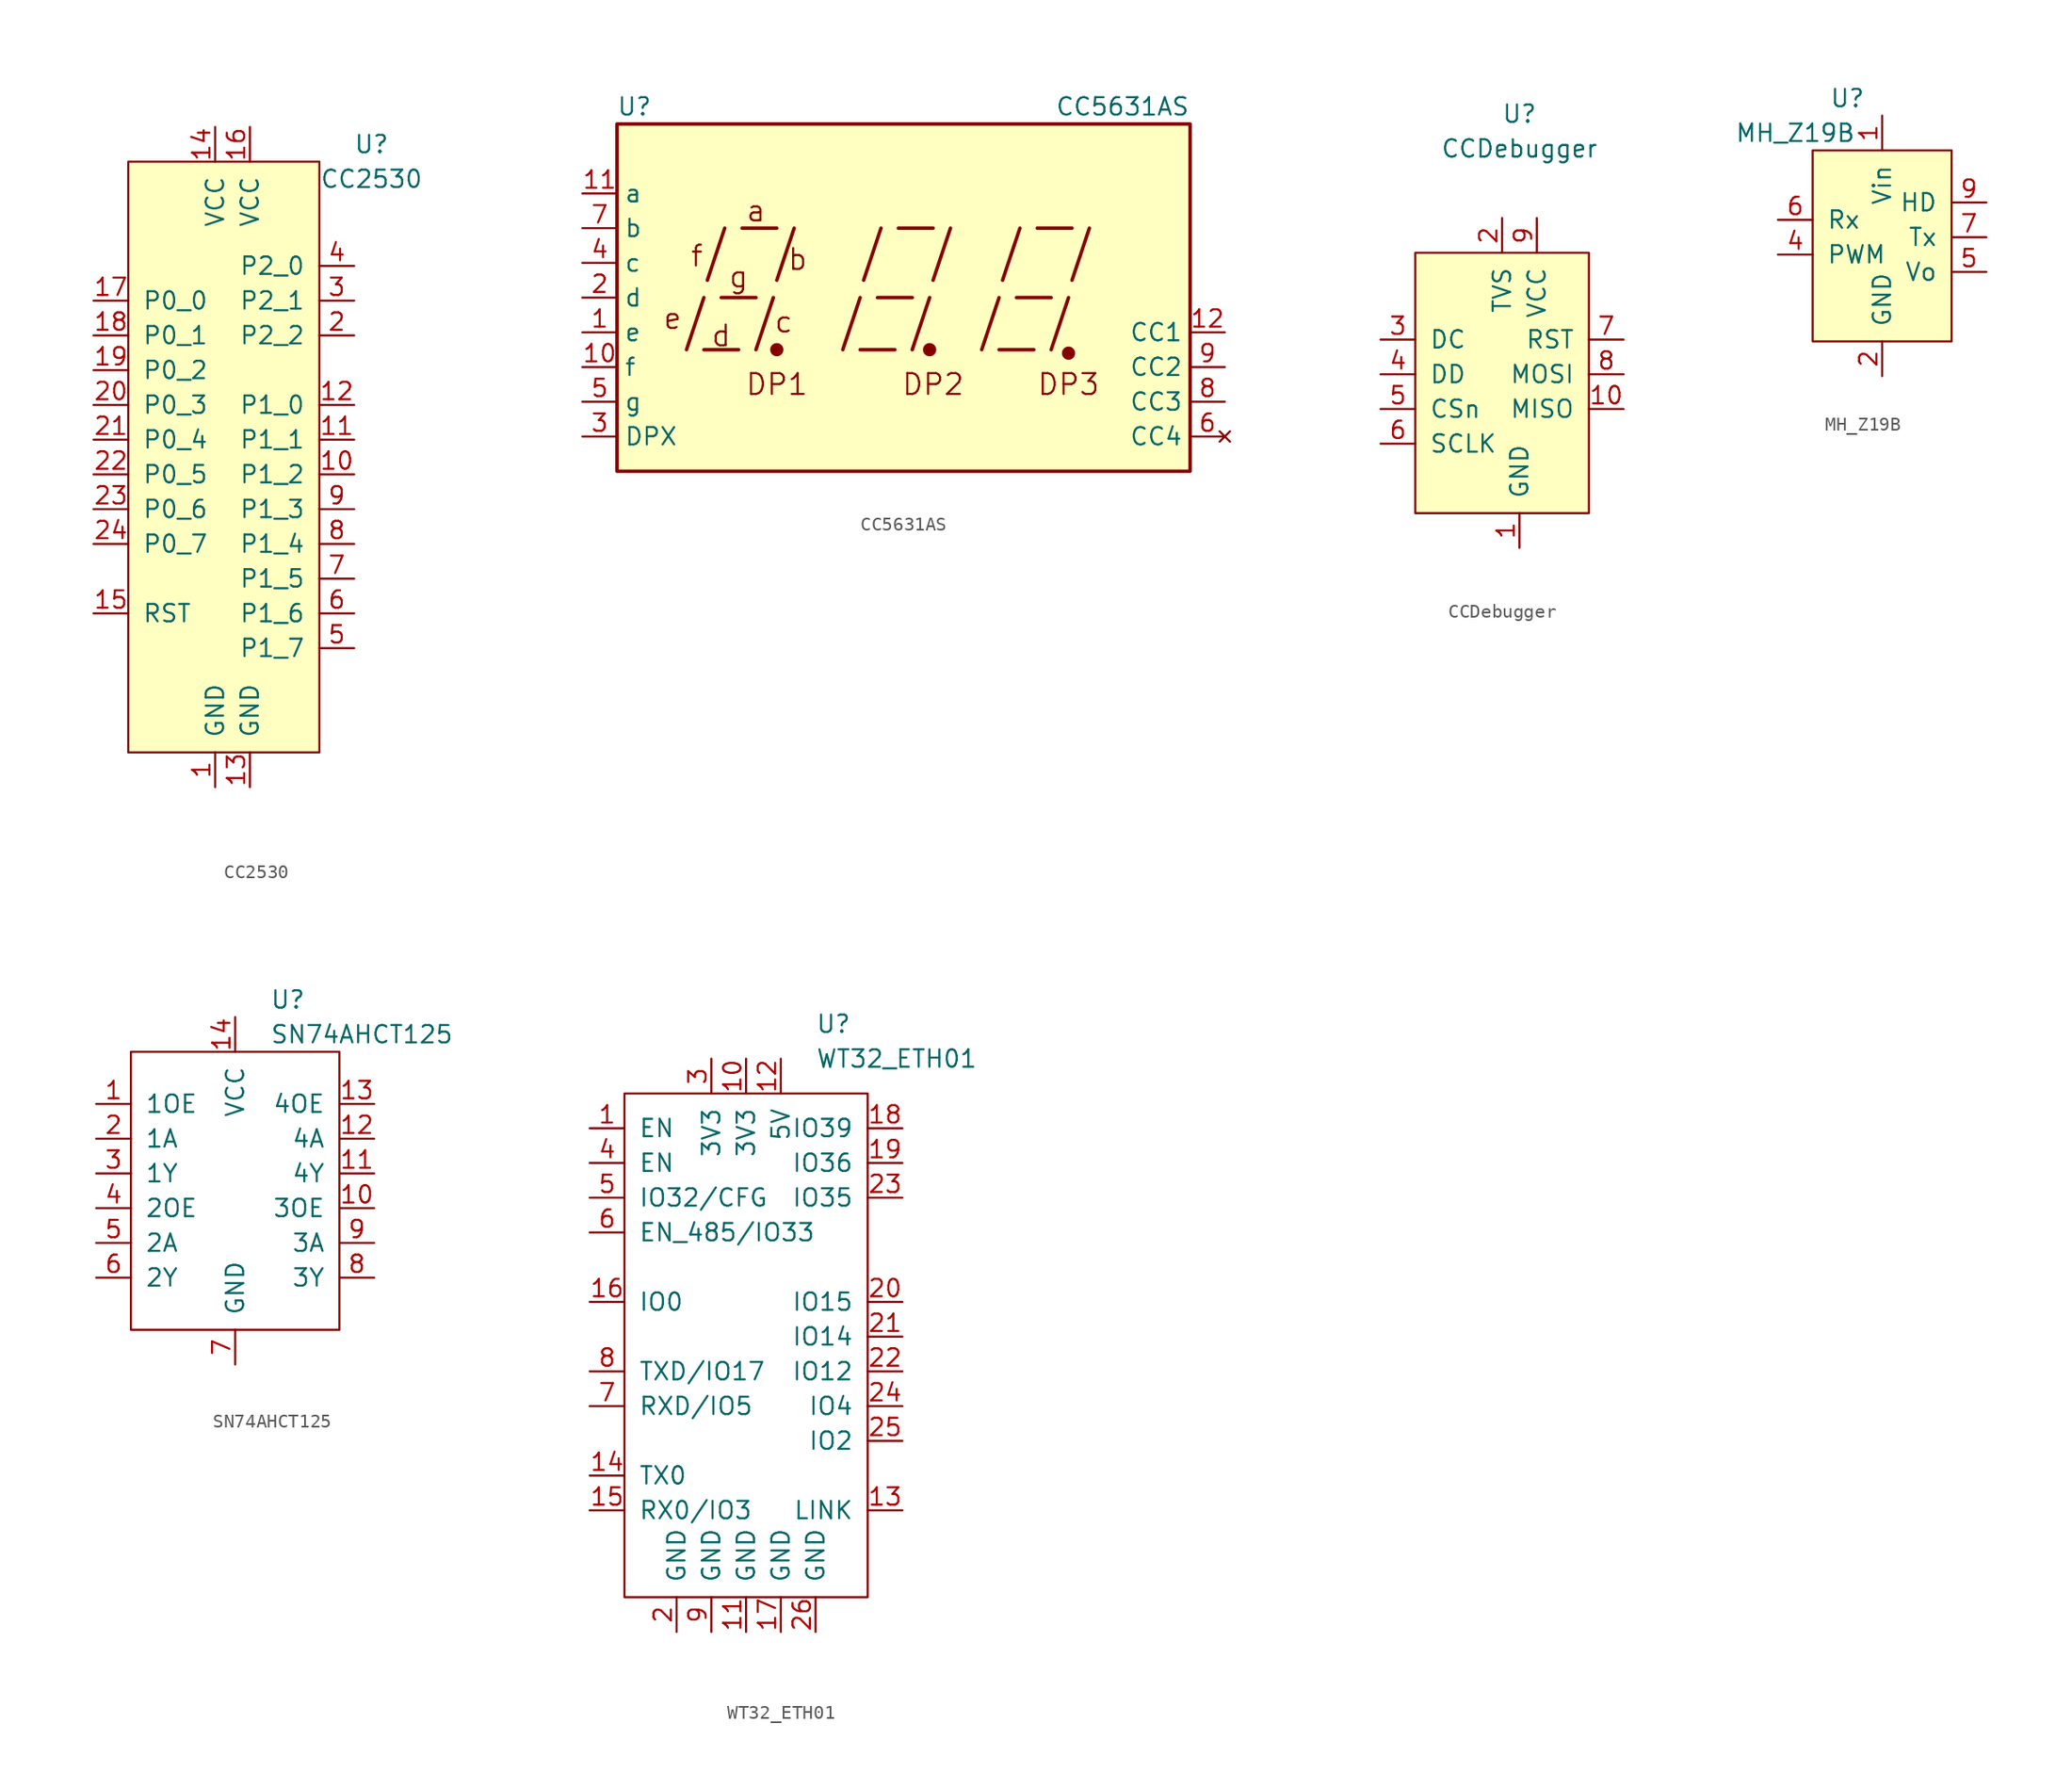
<source format=kicad_sym>
(kicad_symbol_lib
  (version 20211014)
  (generator kicad_symbol_editor)
  (symbol "CC2530"
    (pin_names
      (offset 1.016))
    (property "Reference" "U"
      (at 10.16 -6.35 0)
      (effects (font (size 1.27 1.27))))
    (property "Value" "CC2530"
      (at 10.16 -8.89 0)
      (effects (font (size 1.27 1.27))))
    (symbol "CC2530_0_1"
      (rectangle (start -7.62 -7.62) (end 6.35 -50.8) (stroke (width 0) (type default) (color 0 0 0 0)) (fill (type background))))
    (symbol "CC2530_1_1"
      (pin output line (at -1.27 -53.34 90) (length 2.54) (name "GND" (effects (font (size 1.27 1.27)))) (number "1" (effects (font (size 1.27 1.27)))))
      (pin input line (at 8.89 -30.48 180) (length 2.54) (name "P1_2" (effects (font (size 1.27 1.27)))) (number "10" (effects (font (size 1.27 1.27)))))
      (pin input line (at 8.89 -27.94 180) (length 2.54) (name "P1_1" (effects (font (size 1.27 1.27)))) (number "11" (effects (font (size 1.27 1.27)))))
      (pin input line (at 8.89 -25.4 180) (length 2.54) (name "P1_0" (effects (font (size 1.27 1.27)))) (number "12" (effects (font (size 1.27 1.27)))))
      (pin output line (at 1.27 -53.34 90) (length 2.54) (name "GND" (effects (font (size 1.27 1.27)))) (number "13" (effects (font (size 1.27 1.27)))))
      (pin input line (at -1.27 -5.08 270) (length 2.54) (name "VCC" (effects (font (size 1.27 1.27)))) (number "14" (effects (font (size 1.27 1.27)))))
      (pin input line (at -10.16 -40.64 0) (length 2.54) (name "RST" (effects (font (size 1.27 1.27)))) (number "15" (effects (font (size 1.27 1.27)))))
      (pin input line (at 1.27 -5.08 270) (length 2.54) (name "VCC" (effects (font (size 1.27 1.27)))) (number "16" (effects (font (size 1.27 1.27)))))
      (pin input line (at -10.16 -17.78 0) (length 2.54) (name "P0_0" (effects (font (size 1.27 1.27)))) (number "17" (effects (font (size 1.27 1.27)))))
      (pin input line (at -10.16 -20.32 0) (length 2.54) (name "P0_1" (effects (font (size 1.27 1.27)))) (number "18" (effects (font (size 1.27 1.27)))))
      (pin input line (at -10.16 -22.86 0) (length 2.54) (name "P0_2" (effects (font (size 1.27 1.27)))) (number "19" (effects (font (size 1.27 1.27)))))
      (pin input line (at 8.89 -20.32 180) (length 2.54) (name "P2_2" (effects (font (size 1.27 1.27)))) (number "2" (effects (font (size 1.27 1.27)))))
      (pin input line (at -10.16 -25.4 0) (length 2.54) (name "P0_3" (effects (font (size 1.27 1.27)))) (number "20" (effects (font (size 1.27 1.27)))))
      (pin input line (at -10.16 -27.94 0) (length 2.54) (name "P0_4" (effects (font (size 1.27 1.27)))) (number "21" (effects (font (size 1.27 1.27)))))
      (pin input line (at -10.16 -30.48 0) (length 2.54) (name "P0_5" (effects (font (size 1.27 1.27)))) (number "22" (effects (font (size 1.27 1.27)))))
      (pin input line (at -10.16 -33.02 0) (length 2.54) (name "P0_6" (effects (font (size 1.27 1.27)))) (number "23" (effects (font (size 1.27 1.27)))))
      (pin input line (at -10.16 -35.56 0) (length 2.54) (name "P0_7" (effects (font (size 1.27 1.27)))) (number "24" (effects (font (size 1.27 1.27)))))
      (pin input line (at 8.89 -17.78 180) (length 2.54) (name "P2_1" (effects (font (size 1.27 1.27)))) (number "3" (effects (font (size 1.27 1.27)))))
      (pin input line (at 8.89 -15.24 180) (length 2.54) (name "P2_0" (effects (font (size 1.27 1.27)))) (number "4" (effects (font (size 1.27 1.27)))))
      (pin input line (at 8.89 -43.18 180) (length 2.54) (name "P1_7" (effects (font (size 1.27 1.27)))) (number "5" (effects (font (size 1.27 1.27)))))
      (pin input line (at 8.89 -40.64 180) (length 2.54) (name "P1_6" (effects (font (size 1.27 1.27)))) (number "6" (effects (font (size 1.27 1.27)))))
      (pin input line (at 8.89 -38.1 180) (length 2.54) (name "P1_5" (effects (font (size 1.27 1.27)))) (number "7" (effects (font (size 1.27 1.27)))))
      (pin input line (at 8.89 -35.56 180) (length 2.54) (name "P1_4" (effects (font (size 1.27 1.27)))) (number "8" (effects (font (size 1.27 1.27)))))
      (pin input line (at 8.89 -33.02 180) (length 2.54) (name "P1_3" (effects (font (size 1.27 1.27)))) (number "9" (effects (font (size 1.27 1.27)))))))
  (symbol "CC5631AS"
    (property "Reference" "U"
      (at -19.05 13.97 0)
      (effects (font (size 1.27 1.27))))
    (property "Value" "CC5631AS"
      (at 21.59 13.97 0)
      (effects (font (size 1.27 1.27)) (justify right)))
    (symbol "CC5631AS_0_0"
      (rectangle (start -20.32 12.7) (end 21.59 -12.7) (stroke (width 0.254) (type default) (color 0 0 0 0)) (fill (type background)))
      (polyline (pts (xy -15.24 -3.81) (xy -13.97 0)) (stroke (width 0.254) (type default) (color 0 0 0 0)) (fill (type none)))
      (polyline (pts (xy -13.97 -3.81) (xy -11.43 -3.81)) (stroke (width 0.254) (type default) (color 0 0 0 0)) (fill (type none)))
      (polyline (pts (xy -13.716 1.27) (xy -12.446 5.08)) (stroke (width 0.254) (type default) (color 0 0 0 0)) (fill (type none)))
      (polyline (pts (xy -12.7 0) (xy -10.16 0)) (stroke (width 0.254) (type default) (color 0 0 0 0)) (fill (type none)))
      (polyline (pts (xy -11.176 5.08) (xy -8.636 5.08)) (stroke (width 0.254) (type default) (color 0 0 0 0)) (fill (type none)))
      (polyline (pts (xy -10.16 -3.81) (xy -8.89 0)) (stroke (width 0.254) (type default) (color 0 0 0 0)) (fill (type none)))
      (polyline (pts (xy -8.636 1.27) (xy -7.366 5.08)) (stroke (width 0.254) (type default) (color 0 0 0 0)) (fill (type none)))
      (polyline (pts (xy -3.81 -3.81) (xy -2.54 0)) (stroke (width 0.254) (type default) (color 0 0 0 0)) (fill (type none)))
      (polyline (pts (xy -2.54 -3.81) (xy 0 -3.81)) (stroke (width 0.254) (type default) (color 0 0 0 0)) (fill (type none)))
      (polyline (pts (xy -2.286 1.27) (xy -1.016 5.08)) (stroke (width 0.254) (type default) (color 0 0 0 0)) (fill (type none)))
      (polyline (pts (xy -1.27 0) (xy 1.27 0)) (stroke (width 0.254) (type default) (color 0 0 0 0)) (fill (type none)))
      (polyline (pts (xy 0.254 5.08) (xy 2.794 5.08)) (stroke (width 0.254) (type default) (color 0 0 0 0)) (fill (type none)))
      (polyline (pts (xy 1.27 -3.81) (xy 2.54 0)) (stroke (width 0.254) (type default) (color 0 0 0 0)) (fill (type none)))
      (polyline (pts (xy 2.794 1.27) (xy 4.064 5.08)) (stroke (width 0.254) (type default) (color 0 0 0 0)) (fill (type none)))
      (polyline (pts (xy 6.35 -3.81) (xy 7.62 0)) (stroke (width 0.254) (type default) (color 0 0 0 0)) (fill (type none)))
      (polyline (pts (xy 7.62 -3.81) (xy 10.16 -3.81)) (stroke (width 0.254) (type default) (color 0 0 0 0)) (fill (type none)))
      (polyline (pts (xy 7.874 1.27) (xy 9.144 5.08)) (stroke (width 0.254) (type default) (color 0 0 0 0)) (fill (type none)))
      (polyline (pts (xy 8.89 0) (xy 11.43 0)) (stroke (width 0.254) (type default) (color 0 0 0 0)) (fill (type none)))
      (polyline (pts (xy 10.414 5.08) (xy 12.954 5.08)) (stroke (width 0.254) (type default) (color 0 0 0 0)) (fill (type none)))
      (polyline (pts (xy 11.43 -3.81) (xy 12.7 0)) (stroke (width 0.254) (type default) (color 0 0 0 0)) (fill (type none)))
      (polyline (pts (xy 12.954 1.27) (xy 14.224 5.08)) (stroke (width 0.254) (type default) (color 0 0 0 0)) (fill (type none)))
      (text "a" (at -10.16 6.35 0) (effects (font (size 1.524 1.524))))
      (text "b" (at -7.112 2.794 0) (effects (font (size 1.524 1.524))))
      (text "c" (at -8.128 -1.778 0) (effects (font (size 1.524 1.524))))
      (text "d" (at -12.7 -2.794 0) (effects (font (size 1.524 1.524))))
      (text "DP1" (at -8.636 -6.35 0) (effects (font (size 1.524 1.524))))
      (text "DP2" (at 2.794 -6.35 0) (effects (font (size 1.524 1.524))))
      (text "DP3" (at 12.7 -6.35 0) (effects (font (size 1.524 1.524))))
      (text "e" (at -16.256 -1.524 0) (effects (font (size 1.524 1.524))))
      (text "f" (at -14.478 3.048 0) (effects (font (size 1.524 1.524))))
      (text "g" (at -11.43 1.524 0) (effects (font (size 1.524 1.524)))))
    (symbol "CC5631AS_0_1"
      (circle (center -8.636 -3.81) (radius 0.356) (stroke (width 0.254) (type default) (color 0 0 0 0)) (fill (type outline)))
      (circle (center 2.54 -3.81) (radius 0.356) (stroke (width 0.254) (type default) (color 0 0 0 0)) (fill (type outline))))
    (symbol "CC5631AS_1_0"
      (circle (center 12.7 -4.064) (radius 0.356) (stroke (width 0.254) (type default) (color 0 0 0 0)) (fill (type outline))))
    (symbol "CC5631AS_1_1"
      (pin input line (at -22.86 -2.54 0) (length 2.54) (name "e" (effects (font (size 1.27 1.27)))) (number "1" (effects (font (size 1.27 1.27)))))
      (pin input line (at -22.86 -5.08 0) (length 2.54) (name "f" (effects (font (size 1.27 1.27)))) (number "10" (effects (font (size 1.27 1.27)))))
      (pin input line (at -22.86 7.62 0) (length 2.54) (name "a" (effects (font (size 1.27 1.27)))) (number "11" (effects (font (size 1.27 1.27)))))
      (pin input line (at 24.13 -2.54 180) (length 2.54) (name "CC1" (effects (font (size 1.27 1.27)))) (number "12" (effects (font (size 1.27 1.27)))))
      (pin input line (at -22.86 0 0) (length 2.54) (name "d" (effects (font (size 1.27 1.27)))) (number "2" (effects (font (size 1.27 1.27)))))
      (pin input line (at -22.86 -10.16 0) (length 2.54) (name "DPX" (effects (font (size 1.27 1.27)))) (number "3" (effects (font (size 1.27 1.27)))))
      (pin input line (at -22.86 2.54 0) (length 2.54) (name "c" (effects (font (size 1.27 1.27)))) (number "4" (effects (font (size 1.27 1.27)))))
      (pin input line (at -22.86 -7.62 0) (length 2.54) (name "g" (effects (font (size 1.27 1.27)))) (number "5" (effects (font (size 1.27 1.27)))))
      (pin no_connect line (at 24.13 -10.16 180) (length 2.54) (name "CC4" (effects (font (size 1.27 1.27)))) (number "6" (effects (font (size 1.27 1.27)))))
      (pin input line (at -22.86 5.08 0) (length 2.54) (name "b" (effects (font (size 1.27 1.27)))) (number "7" (effects (font (size 1.27 1.27)))))
      (pin input line (at 24.13 -7.62 180) (length 2.54) (name "CC3" (effects (font (size 1.27 1.27)))) (number "8" (effects (font (size 1.27 1.27)))))
      (pin input line (at 24.13 -5.08 180) (length 2.54) (name "CC2" (effects (font (size 1.27 1.27)))) (number "9" (effects (font (size 1.27 1.27)))))))
  (symbol "CCDebugger"
    (pin_names
      (offset 1.016))
    (property "Reference" "U"
      (at 0 2.54 0)
      (effects (font (size 1.27 1.27))))
    (property "Value" "CCDebugger"
      (at 0 0 0)
      (effects (font (size 1.27 1.27))))
    (symbol "CCDebugger_0_1"
      (rectangle (start -7.62 -7.62) (end 5.08 -26.67) (stroke (width 0) (type default) (color 0 0 0 0)) (fill (type background))))
    (symbol "CCDebugger_1_1"
      (pin input line (at 0 -29.21 90) (length 2.54) (name "GND" (effects (font (size 1.27 1.27)))) (number "1" (effects (font (size 1.27 1.27)))))
      (pin input line (at 7.62 -19.05 180) (length 2.54) (name "MISO" (effects (font (size 1.27 1.27)))) (number "10" (effects (font (size 1.27 1.27)))))
      (pin input line (at -1.27 -5.08 270) (length 2.54) (name "TVS" (effects (font (size 1.27 1.27)))) (number "2" (effects (font (size 1.27 1.27)))))
      (pin input line (at -10.16 -13.97 0) (length 2.54) (name "DC" (effects (font (size 1.27 1.27)))) (number "3" (effects (font (size 1.27 1.27)))))
      (pin input line (at -10.16 -16.51 0) (length 2.54) (name "DD" (effects (font (size 1.27 1.27)))) (number "4" (effects (font (size 1.27 1.27)))))
      (pin input line (at -10.16 -19.05 0) (length 2.54) (name "CSn" (effects (font (size 1.27 1.27)))) (number "5" (effects (font (size 1.27 1.27)))))
      (pin input line (at -10.16 -21.59 0) (length 2.54) (name "SCLK" (effects (font (size 1.27 1.27)))) (number "6" (effects (font (size 1.27 1.27)))))
      (pin input line (at 7.62 -13.97 180) (length 2.54) (name "RST" (effects (font (size 1.27 1.27)))) (number "7" (effects (font (size 1.27 1.27)))))
      (pin input line (at 7.62 -16.51 180) (length 2.54) (name "MOSI" (effects (font (size 1.27 1.27)))) (number "8" (effects (font (size 1.27 1.27)))))
      (pin input line (at 1.27 -5.08 270) (length 2.54) (name "VCC" (effects (font (size 1.27 1.27)))) (number "9" (effects (font (size 1.27 1.27)))))))
  (symbol "MH_Z19B"
    (pin_names
      (offset 1.016))
    (property "Reference" "U"
      (at -2.54 -3.81 0)
      (effects (font (size 1.27 1.27))))
    (property "Value" "MH_Z19B"
      (at -6.35 -6.35 0)
      (effects (font (size 1.27 1.27))))
    (symbol "MH_Z19B_0_1"
      (rectangle (start -5.08 -7.62) (end 5.08 -21.59) (stroke (width 0) (type default) (color 0 0 0 0)) (fill (type background))))
    (symbol "MH_Z19B_1_1"
      (pin input line (at 0 -5.08 270) (length 2.54) (name "Vin" (effects (font (size 1.27 1.27)))) (number "1" (effects (font (size 1.27 1.27)))))
      (pin output line (at 0 -24.13 90) (length 2.54) (name "GND" (effects (font (size 1.27 1.27)))) (number "2" (effects (font (size 1.27 1.27)))))
      (pin input line (at -7.62 -15.24 0) (length 2.54) (name "PWM" (effects (font (size 1.27 1.27)))) (number "4" (effects (font (size 1.27 1.27)))))
      (pin output line (at 7.62 -16.51 180) (length 2.54) (name "Vo" (effects (font (size 1.27 1.27)))) (number "5" (effects (font (size 1.27 1.27)))))
      (pin input line (at -7.62 -12.7 0) (length 2.54) (name "Rx" (effects (font (size 1.27 1.27)))) (number "6" (effects (font (size 1.27 1.27)))))
      (pin output line (at 7.62 -13.97 180) (length 2.54) (name "Tx" (effects (font (size 1.27 1.27)))) (number "7" (effects (font (size 1.27 1.27)))))
      (pin output line (at 7.62 -11.43 180) (length 2.54) (name "HD" (effects (font (size 1.27 1.27)))) (number "9" (effects (font (size 1.27 1.27)))))))
  (symbol "SN74AHCT125"
    (pin_names
      (offset 1.016))
    (property "Reference" "U"
      (at 2.54 -3.81 0)
      (effects (font (size 1.27 1.27)) (justify left)))
    (property "Value" "SN74AHCT125"
      (at 2.54 -6.35 0)
      (effects (font (size 1.27 1.27)) (justify left)))
    (symbol "SN74AHCT125_0_1"
      (rectangle (start -7.62 -7.62) (end 7.62 -27.94) (stroke (width 0) (type default) (color 0 0 0 0)) (fill (type none))))
    (symbol "SN74AHCT125_1_1"
      (pin input line (at -10.16 -11.43 0) (length 2.54) (name "1OE" (effects (font (size 1.27 1.27)))) (number "1" (effects (font (size 1.27 1.27)))))
      (pin input line (at 10.16 -19.05 180) (length 2.54) (name "3OE" (effects (font (size 1.27 1.27)))) (number "10" (effects (font (size 1.27 1.27)))))
      (pin output line (at 10.16 -16.51 180) (length 2.54) (name "4Y" (effects (font (size 1.27 1.27)))) (number "11" (effects (font (size 1.27 1.27)))))
      (pin input line (at 10.16 -13.97 180) (length 2.54) (name "4A" (effects (font (size 1.27 1.27)))) (number "12" (effects (font (size 1.27 1.27)))))
      (pin input line (at 10.16 -11.43 180) (length 2.54) (name "4OE" (effects (font (size 1.27 1.27)))) (number "13" (effects (font (size 1.27 1.27)))))
      (pin input line (at 0 -5.08 270) (length 2.54) (name "VCC" (effects (font (size 1.27 1.27)))) (number "14" (effects (font (size 1.27 1.27)))))
      (pin input line (at -10.16 -13.97 0) (length 2.54) (name "1A" (effects (font (size 1.27 1.27)))) (number "2" (effects (font (size 1.27 1.27)))))
      (pin output line (at -10.16 -16.51 0) (length 2.54) (name "1Y" (effects (font (size 1.27 1.27)))) (number "3" (effects (font (size 1.27 1.27)))))
      (pin input line (at -10.16 -19.05 0) (length 2.54) (name "2OE" (effects (font (size 1.27 1.27)))) (number "4" (effects (font (size 1.27 1.27)))))
      (pin input line (at -10.16 -21.59 0) (length 2.54) (name "2A" (effects (font (size 1.27 1.27)))) (number "5" (effects (font (size 1.27 1.27)))))
      (pin output line (at -10.16 -24.13 0) (length 2.54) (name "2Y" (effects (font (size 1.27 1.27)))) (number "6" (effects (font (size 1.27 1.27)))))
      (pin input line (at 0 -30.48 90) (length 2.54) (name "GND" (effects (font (size 1.27 1.27)))) (number "7" (effects (font (size 1.27 1.27)))))
      (pin output line (at 10.16 -24.13 180) (length 2.54) (name "3Y" (effects (font (size 1.27 1.27)))) (number "8" (effects (font (size 1.27 1.27)))))
      (pin input line (at 10.16 -21.59 180) (length 2.54) (name "3A" (effects (font (size 1.27 1.27)))) (number "9" (effects (font (size 1.27 1.27)))))))
  (symbol "WT32_ETH01"
    (pin_names
      (offset 1.016))
    (property "Reference" "U"
      (at 5.08 -1.27 0)
      (effects (font (size 1.27 1.27)) (justify left)))
    (property "Value" "WT32_ETH01"
      (at 5.08 -3.81 0)
      (effects (font (size 1.27 1.27)) (justify left)))
    (symbol "WT32_ETH01_0_1"
      (rectangle (start -8.89 -6.35) (end 8.89 -43.18) (stroke (width 0) (type default) (color 0 0 0 0)) (fill (type none))))
    (symbol "WT32_ETH01_1_1"
      (pin input line (at -11.43 -8.89 0) (length 2.54) (name "EN" (effects (font (size 1.27 1.27)))) (number "1" (effects (font (size 1.27 1.27)))))
      (pin power_in line (at 0 -3.81 270) (length 2.54) (name "3V3" (effects (font (size 1.27 1.27)))) (number "10" (effects (font (size 1.27 1.27)))))
      (pin power_in line (at 0 -45.72 90) (length 2.54) (name "GND" (effects (font (size 1.27 1.27)))) (number "11" (effects (font (size 1.27 1.27)))))
      (pin power_in line (at 2.54 -3.81 270) (length 2.54) (name "5V" (effects (font (size 1.27 1.27)))) (number "12" (effects (font (size 1.27 1.27)))))
      (pin output line (at 11.43 -36.83 180) (length 2.54) (name "LINK" (effects (font (size 1.27 1.27)))) (number "13" (effects (font (size 1.27 1.27)))))
      (pin input line (at -11.43 -34.29 0) (length 2.54) (name "TX0" (effects (font (size 1.27 1.27)))) (number "14" (effects (font (size 1.27 1.27)))))
      (pin input line (at -11.43 -36.83 0) (length 2.54) (name "RX0/IO3" (effects (font (size 1.27 1.27)))) (number "15" (effects (font (size 1.27 1.27)))))
      (pin input line (at -11.43 -21.59 0) (length 2.54) (name "IO0" (effects (font (size 1.27 1.27)))) (number "16" (effects (font (size 1.27 1.27)))))
      (pin input line (at 2.54 -45.72 90) (length 2.54) (name "GND" (effects (font (size 1.27 1.27)))) (number "17" (effects (font (size 1.27 1.27)))))
      (pin input line (at 11.43 -8.89 180) (length 2.54) (name "IO39" (effects (font (size 1.27 1.27)))) (number "18" (effects (font (size 1.27 1.27)))))
      (pin input line (at 11.43 -11.43 180) (length 2.54) (name "IO36" (effects (font (size 1.27 1.27)))) (number "19" (effects (font (size 1.27 1.27)))))
      (pin power_in line (at -5.08 -45.72 90) (length 2.54) (name "GND" (effects (font (size 1.27 1.27)))) (number "2" (effects (font (size 1.27 1.27)))))
      (pin bidirectional line (at 11.43 -21.59 180) (length 2.54) (name "IO15" (effects (font (size 1.27 1.27)))) (number "20" (effects (font (size 1.27 1.27)))))
      (pin bidirectional line (at 11.43 -24.13 180) (length 2.54) (name "IO14" (effects (font (size 1.27 1.27)))) (number "21" (effects (font (size 1.27 1.27)))))
      (pin bidirectional line (at 11.43 -26.67 180) (length 2.54) (name "IO12" (effects (font (size 1.27 1.27)))) (number "22" (effects (font (size 1.27 1.27)))))
      (pin input line (at 11.43 -13.97 180) (length 2.54) (name "IO35" (effects (font (size 1.27 1.27)))) (number "23" (effects (font (size 1.27 1.27)))))
      (pin bidirectional line (at 11.43 -29.21 180) (length 2.54) (name "IO4" (effects (font (size 1.27 1.27)))) (number "24" (effects (font (size 1.27 1.27)))))
      (pin bidirectional line (at 11.43 -31.75 180) (length 2.54) (name "IO2" (effects (font (size 1.27 1.27)))) (number "25" (effects (font (size 1.27 1.27)))))
      (pin input line (at 5.08 -45.72 90) (length 2.54) (name "GND" (effects (font (size 1.27 1.27)))) (number "26" (effects (font (size 1.27 1.27)))))
      (pin power_in line (at -2.54 -3.81 270) (length 2.54) (name "3V3" (effects (font (size 1.27 1.27)))) (number "3" (effects (font (size 1.27 1.27)))))
      (pin input line (at -11.43 -11.43 0) (length 2.54) (name "EN" (effects (font (size 1.27 1.27)))) (number "4" (effects (font (size 1.27 1.27)))))
      (pin input line (at -11.43 -13.97 0) (length 2.54) (name "IO32/CFG" (effects (font (size 1.27 1.27)))) (number "5" (effects (font (size 1.27 1.27)))))
      (pin input line (at -11.43 -16.51 0) (length 2.54) (name "EN_485/IO33" (effects (font (size 1.27 1.27)))) (number "6" (effects (font (size 1.27 1.27)))))
      (pin input line (at -11.43 -29.21 0) (length 2.54) (name "RXD/IO5" (effects (font (size 1.27 1.27)))) (number "7" (effects (font (size 1.27 1.27)))))
      (pin input line (at -11.43 -26.67 0) (length 2.54) (name "TXD/IO17" (effects (font (size 1.27 1.27)))) (number "8" (effects (font (size 1.27 1.27)))))
      (pin power_in line (at -2.54 -45.72 90) (length 2.54) (name "GND" (effects (font (size 1.27 1.27)))) (number "9" (effects (font (size 1.27 1.27))))))))
</source>
